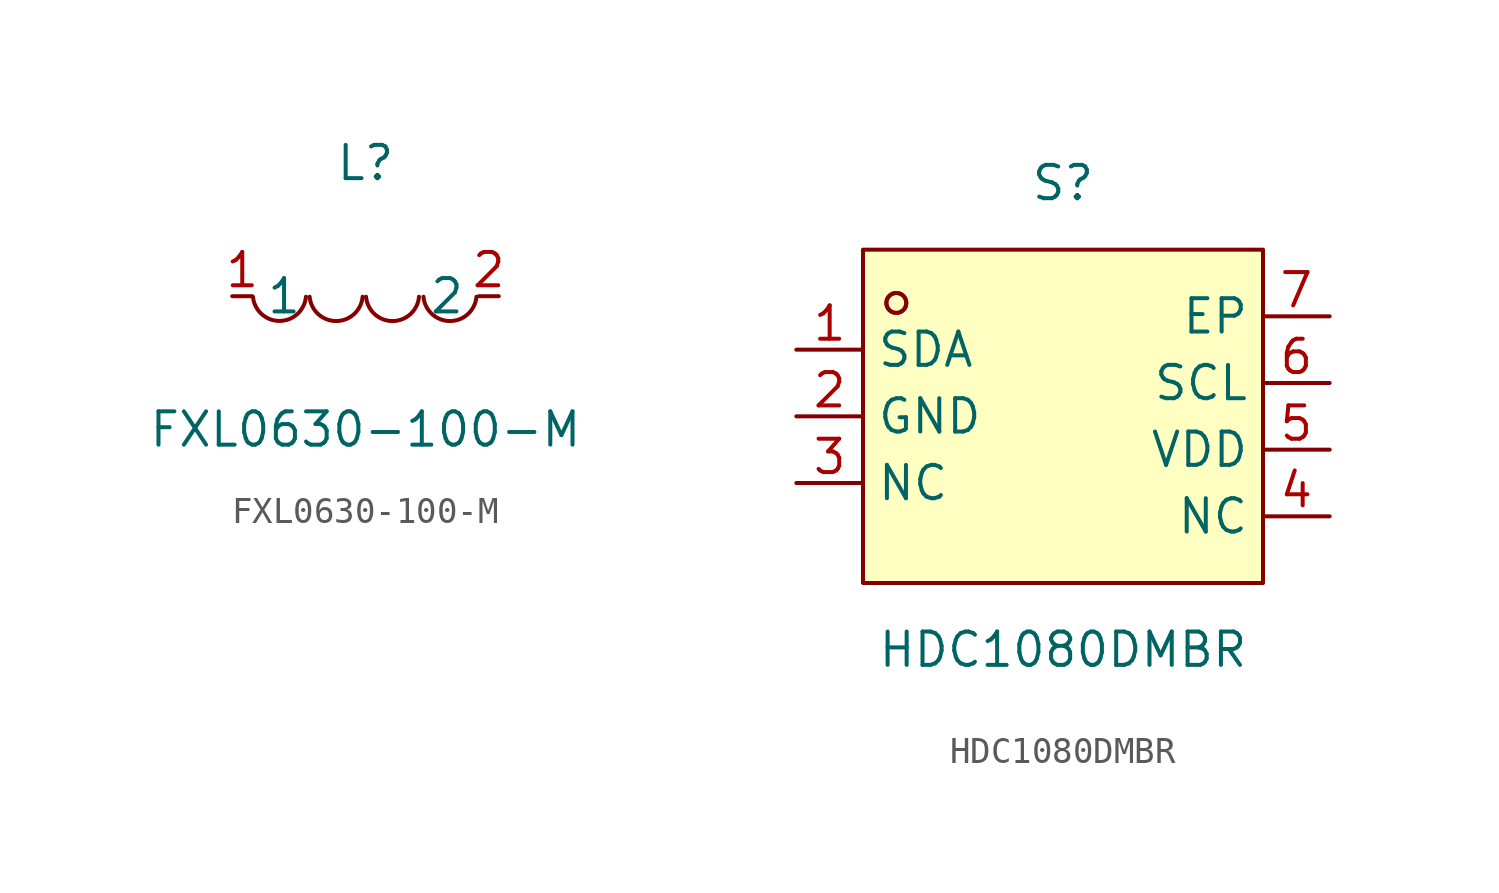
<source format=kicad_sym>
(kicad_symbol_lib
  (version 20211014)
  (generator https://github.com/uPesy/easyeda2kicad.py)
  (symbol "FXL0630-100-M"
    (property "Reference" "L"
      (at 0 5.08 0)
      (effects (font (size 1.27 1.27))))
    (property "Value" "FXL0630-100-M"
      (at 0 -5.08 0)
      (effects (font (size 1.27 1.27))))
    (symbol "FXL0630-100-M_0_1"
      (arc (start -4.29 -0.02) (mid -2.81 -1.01) (end -2.27 -0.02) (stroke (width 0) (type default) (color 0 0 0 0)) (fill (type none)))
      (arc (start -2.13 -0.02) (mid -0.66 -1.01) (end -0.11 -0.02) (stroke (width 0) (type default) (color 0 0 0 0)) (fill (type none)))
      (arc (start 0.02 -0.02) (mid 1.49 -1.01) (end 2.04 -0.02) (stroke (width 0) (type default) (color 0 0 0 0)) (fill (type none)))
      (arc (start 2.21 -0.02) (mid 3.68 -1.01) (end 4.23 -0.02) (stroke (width 0) (type default) (color 0 0 0 0)) (fill (type none)))
      (pin unspecified line (at 5.08 -0.00 180) (length 0.762) (name "2" (effects (font (size 1.27 1.27)))) (number "2" (effects (font (size 1.27 1.27)))))
      (pin unspecified line (at -5.08 -0.00 0) (length 0.762) (name "1" (effects (font (size 1.27 1.27)))) (number "1" (effects (font (size 1.27 1.27)))))))
  (symbol "HDC1080DMBR"
    (property "Reference" "S"
      (at 0 8.89 0)
      (effects (font (size 1.27 1.27))))
    (property "Value" "HDC1080DMBR"
      (at 0 -8.89 0)
      (effects (font (size 1.27 1.27))))
    (symbol "HDC1080DMBR_0_1"
      (rectangle (start -7.62 6.35) (end 7.62 -6.35) (stroke (width 0) (type default) (color 0 0 0 0)) (fill (type background)))
      (circle (center -6.35 4.32) (radius 0.38) (stroke (width 0) (type default) (color 0 0 0 0)) (fill (type none)))
      (circle (center -6.35 4.32) (radius 0.38) (stroke (width 0) (type default) (color 0 0 0 0)) (fill (type none)))
      (pin unspecified line (at -10.16 2.54 0) (length 2.54) (name "SDA" (effects (font (size 1.27 1.27)))) (number "1" (effects (font (size 1.27 1.27)))))
      (pin unspecified line (at -10.16 -0.00 0) (length 2.54) (name "GND" (effects (font (size 1.27 1.27)))) (number "2" (effects (font (size 1.27 1.27)))))
      (pin unspecified line (at -10.16 -2.54 0) (length 2.54) (name "NC" (effects (font (size 1.27 1.27)))) (number "3" (effects (font (size 1.27 1.27)))))
      (pin unspecified line (at 10.16 -3.81 180) (length 2.54) (name "NC" (effects (font (size 1.27 1.27)))) (number "4" (effects (font (size 1.27 1.27)))))
      (pin unspecified line (at 10.16 -1.27 180) (length 2.54) (name "VDD" (effects (font (size 1.27 1.27)))) (number "5" (effects (font (size 1.27 1.27)))))
      (pin unspecified line (at 10.16 1.27 180) (length 2.54) (name "SCL" (effects (font (size 1.27 1.27)))) (number "6" (effects (font (size 1.27 1.27)))))
      (pin unspecified line (at 10.16 3.81 180) (length 2.54) (name "EP" (effects (font (size 1.27 1.27)))) (number "7" (effects (font (size 1.27 1.27))))))))
</source>
